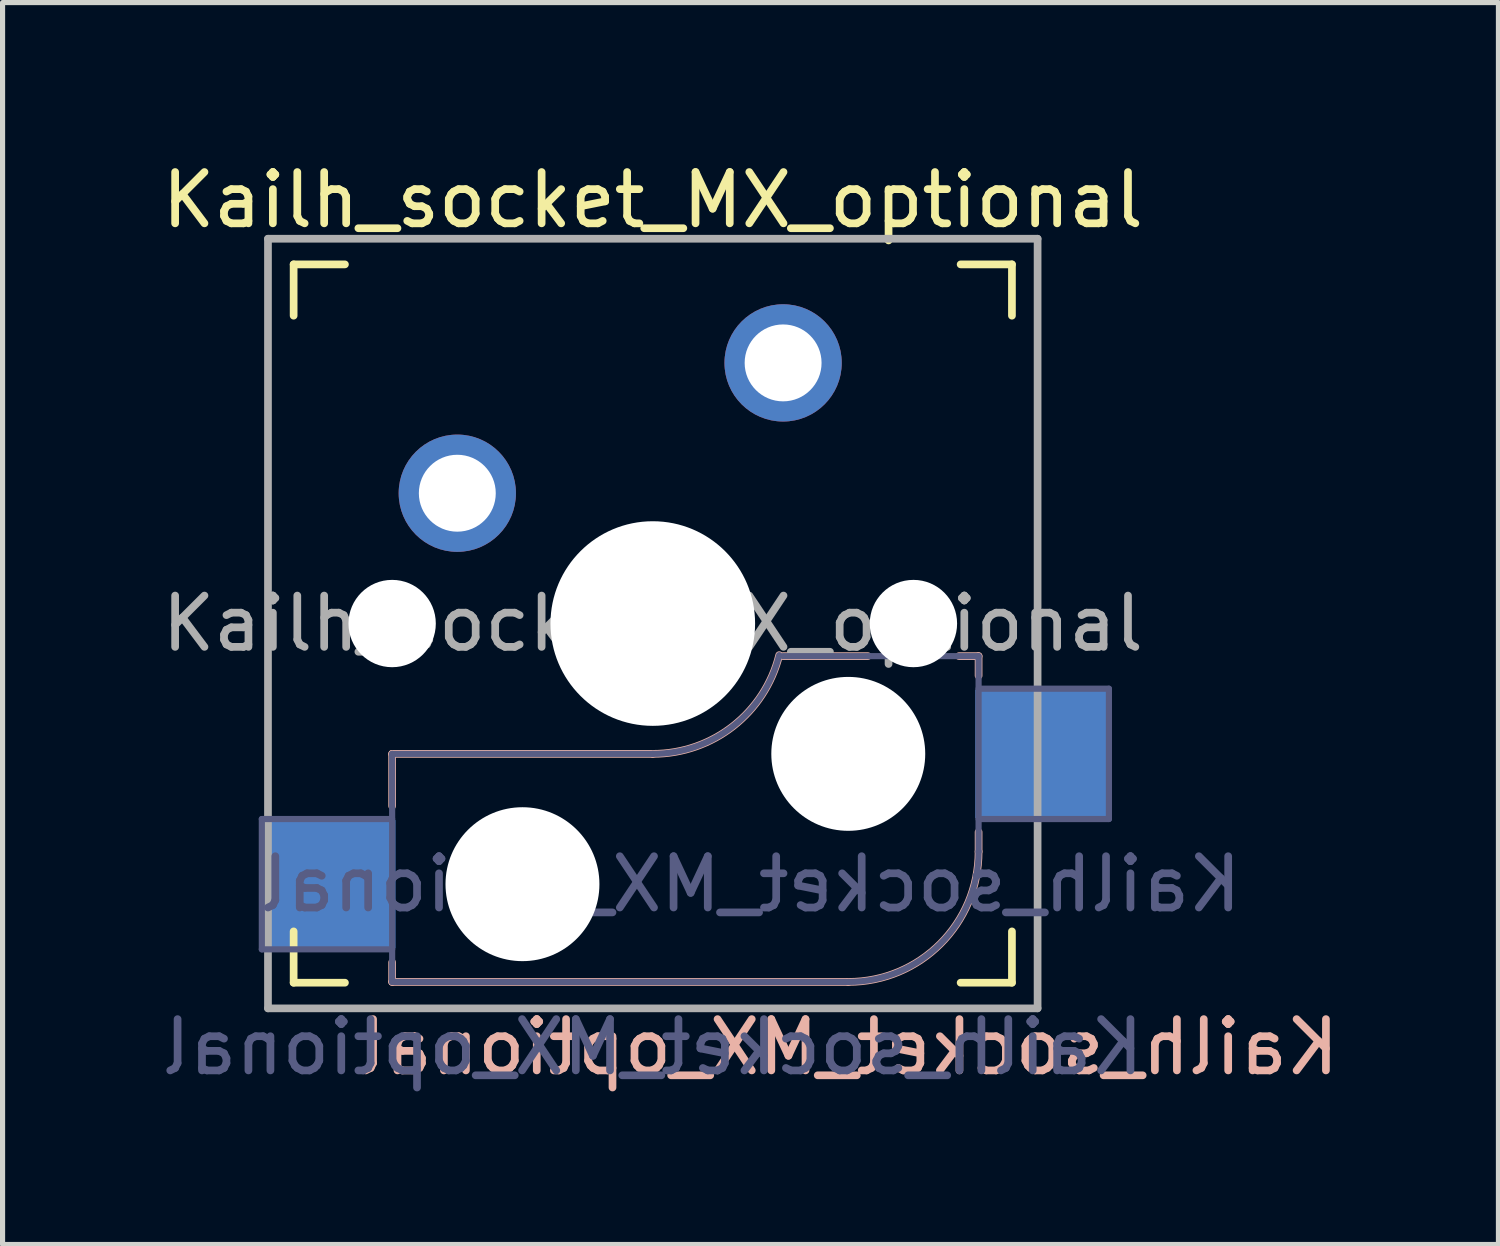
<source format=kicad_pcb>
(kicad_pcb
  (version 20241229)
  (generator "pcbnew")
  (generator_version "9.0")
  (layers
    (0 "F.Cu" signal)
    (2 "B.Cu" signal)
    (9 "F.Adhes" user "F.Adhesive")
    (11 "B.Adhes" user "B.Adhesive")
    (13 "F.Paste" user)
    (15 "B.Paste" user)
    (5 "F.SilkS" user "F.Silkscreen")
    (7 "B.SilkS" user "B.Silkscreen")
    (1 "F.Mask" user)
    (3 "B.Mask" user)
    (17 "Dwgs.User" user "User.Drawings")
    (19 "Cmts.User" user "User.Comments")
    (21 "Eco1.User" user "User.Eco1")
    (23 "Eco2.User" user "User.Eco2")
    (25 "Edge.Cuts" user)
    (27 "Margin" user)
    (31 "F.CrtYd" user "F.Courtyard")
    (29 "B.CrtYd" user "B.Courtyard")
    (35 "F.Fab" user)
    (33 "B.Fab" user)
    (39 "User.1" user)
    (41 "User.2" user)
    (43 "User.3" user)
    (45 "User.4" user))
  (footprint "Kailh_socket_MX_optional"
    (layer "F.Cu")
    (at 9.673 9.103)
    (property "Reference" "Kailh_socket_MX_optional" (at 0 -8.255 0) (layer "F.SilkS") (effects (font (size 1 1) (thickness 0.15))))
    (property "Value" "Kailh_socket_MX_optional" (at 0 8.255 0) (layer "F.Fab") (hide yes) (effects (font (size 1 1) (thickness 0.15))))
    (attr through_hole)
    (fp_line (start -7 -6) (end -7 -7) (stroke (width 0.15) (type solid)) (layer "F.SilkS"))
    (fp_line (start -7 7) (end -7 6) (stroke (width 0.15) (type solid)) (layer "F.SilkS"))
    (fp_line (start -7 7) (end -6 7) (stroke (width 0.15) (type solid)) (layer "F.SilkS"))
    (fp_line (start -6 -7) (end -7 -7) (stroke (width 0.15) (type solid)) (layer "F.SilkS"))
    (fp_line (start 6 7) (end 7 7) (stroke (width 0.15) (type solid)) (layer "F.SilkS"))
    (fp_line (start 7 -7) (end 6 -7) (stroke (width 0.15) (type solid)) (layer "F.SilkS"))
    (fp_line (start 7 -7) (end 7 -6) (stroke (width 0.15) (type solid)) (layer "F.SilkS"))
    (fp_line (start 7 6) (end 7 7) (stroke (width 0.15) (type solid)) (layer "F.SilkS"))
    (fp_line (start -5.08 2.54) (end -5.08 3.556) (stroke (width 0.15) (type solid)) (layer "B.SilkS"))
    (fp_line (start -5.08 6.604) (end -5.08 6.985) (stroke (width 0.15) (type solid)) (layer "B.SilkS"))
    (fp_line (start -5.08 6.985) (end 3.81 6.985) (stroke (width 0.15) (type solid)) (layer "B.SilkS"))
    (fp_line (start 0 2.54) (end -5.08 2.54) (stroke (width 0.15) (type solid)) (layer "B.SilkS"))
    (fp_line (start 4.191 0.635) (end 2.54 0.635) (stroke (width 0.15) (type solid)) (layer "B.SilkS"))
    (fp_line (start 6.35 0.635) (end 5.969 0.635) (stroke (width 0.15) (type solid)) (layer "B.SilkS"))
    (fp_line (start 6.35 1.016) (end 6.35 0.635) (stroke (width 0.15) (type solid)) (layer "B.SilkS"))
    (fp_line (start 6.35 4.445) (end 6.35 4.064) (stroke (width 0.15) (type solid)) (layer "B.SilkS"))
    (fp_arc (start 2.464162 0.61604) (mid 1.563147 2.002042) (end 0 2.54) (stroke (width 0.15) (type solid)) (layer "B.SilkS"))
    (fp_arc (start 6.35 4.445) (mid 5.606051 6.241051) (end 3.81 6.985) (stroke (width 0.15) (type solid)) (layer "B.SilkS"))
    (fp_line (start -6.9 6.9) (end -6.9 -6.9) (stroke (width 0.15) (type solid)) (layer "Eco2.User"))
    (fp_line (start -6.9 6.9) (end 6.9 6.9) (stroke (width 0.15) (type solid)) (layer "Eco2.User"))
    (fp_line (start 6.9 -6.9) (end -6.9 -6.9) (stroke (width 0.15) (type solid)) (layer "Eco2.User"))
    (fp_line (start 6.9 -6.9) (end 6.9 6.9) (stroke (width 0.15) (type solid)) (layer "Eco2.User"))
    (fp_line (start -7.62 3.81) (end -7.62 6.35) (stroke (width 0.12) (type solid)) (layer "B.Fab"))
    (fp_line (start -7.62 6.35) (end -5.08 6.35) (stroke (width 0.12) (type solid)) (layer "B.Fab"))
    (fp_line (start -5.08 2.54) (end -5.08 6.985) (stroke (width 0.12) (type solid)) (layer "B.Fab"))
    (fp_line (start -5.08 3.81) (end -7.62 3.81) (stroke (width 0.12) (type solid)) (layer "B.Fab"))
    (fp_line (start -5.08 6.985) (end 3.81 6.985) (stroke (width 0.12) (type solid)) (layer "B.Fab"))
    (fp_line (start 0 2.54) (end -5.08 2.54) (stroke (width 0.12) (type solid)) (layer "B.Fab"))
    (fp_line (start 6.35 0.635) (end 2.54 0.635) (stroke (width 0.12) (type solid)) (layer "B.Fab"))
    (fp_line (start 6.35 3.81) (end 8.89 3.81) (stroke (width 0.12) (type solid)) (layer "B.Fab"))
    (fp_line (start 6.35 4.445) (end 6.35 0.635) (stroke (width 0.12) (type solid)) (layer "B.Fab"))
    (fp_line (start 8.89 1.27) (end 6.35 1.27) (stroke (width 0.12) (type solid)) (layer "B.Fab"))
    (fp_line (start 8.89 3.81) (end 8.89 1.27) (stroke (width 0.12) (type solid)) (layer "B.Fab"))
    (fp_arc (start 2.464162 0.61604) (mid 1.563147 2.002042) (end 0 2.54) (stroke (width 0.12) (type solid)) (layer "B.Fab"))
    (fp_arc (start 6.35 4.445) (mid 5.606051 6.241051) (end 3.81 6.985) (stroke (width 0.12) (type solid)) (layer "B.Fab"))
    (fp_line (start -7.5 -7.5) (end 7.5 -7.5) (stroke (width 0.15) (type solid)) (layer "F.Fab"))
    (fp_line (start -7.5 7.5) (end -7.5 -7.5) (stroke (width 0.15) (type solid)) (layer "F.Fab"))
    (fp_line (start 7.5 -7.5) (end 7.5 7.5) (stroke (width 0.15) (type solid)) (layer "F.Fab"))
    (fp_line (start 7.5 7.5) (end -7.5 7.5) (stroke (width 0.15) (type solid)) (layer "F.Fab"))
    (fp_text user "${REFERENCE}" (at 3.81 8.255 0) (layer "B.SilkS") (effects (font (size 1 1) (thickness 0.15)) (justify mirror)))
    (fp_text user "${VALUE}" (at 0 8.255 0) (layer "B.Fab") (effects (font (size 1 1) (thickness 0.15)) (justify mirror)))
    (fp_text user "${REFERENCE}" (at 1.905 5.08 0) (layer "B.Fab") (effects (font (size 1 1) (thickness 0.15)) (justify mirror)))
    (fp_text user "${REFERENCE}" (at 0 0 0) (layer "F.Fab") (effects (font (size 1 1) (thickness 0.15))))
    (pad "" np_thru_hole circle (at -5.08 0) (size 1.702 1.702) (drill 1.702) (layers "*.Cu" "*.Mask"))
    (pad "" np_thru_hole circle (at -2.54 5.08) (size 3 3) (drill 3) (layers "*.Cu" "*.Mask"))
    (pad "" np_thru_hole circle (at 0 0) (size 3.988 3.988) (drill 3.988) (layers "*.Cu" "*.Mask"))
    (pad "" np_thru_hole circle (at 3.81 2.54) (size 3 3) (drill 3) (layers "*.Cu" "*.Mask"))
    (pad "" np_thru_hole circle (at 5.08 0) (size 1.702 1.702) (drill 1.702) (layers "*.Cu" "*.Mask"))
    (pad "1" thru_hole circle (at 2.54 -5.08) (size 2.286 2.286) (drill 1.499) (layers "*.Cu" "*.Mask"))
    (pad "1" smd rect (at 7.56 2.54) (size 2.55 2.5) (layers "B.Cu" "B.Mask" "B.Paste"))
    (pad "2" smd rect (at -6.29 5.08) (size 2.55 2.5) (layers "B.Cu" "B.Mask" "B.Paste"))
    (pad "2" thru_hole circle (at -3.81 -2.54) (size 2.286 2.286) (drill 1.499) (layers "*.Cu" "*.Mask")))
  (gr_rect
    (start -3 -3)
    (end 26.155 21.206)
    (stroke (width 0.1) (type default))
    (fill no)
    (layer "Edge.Cuts")))
</source>
